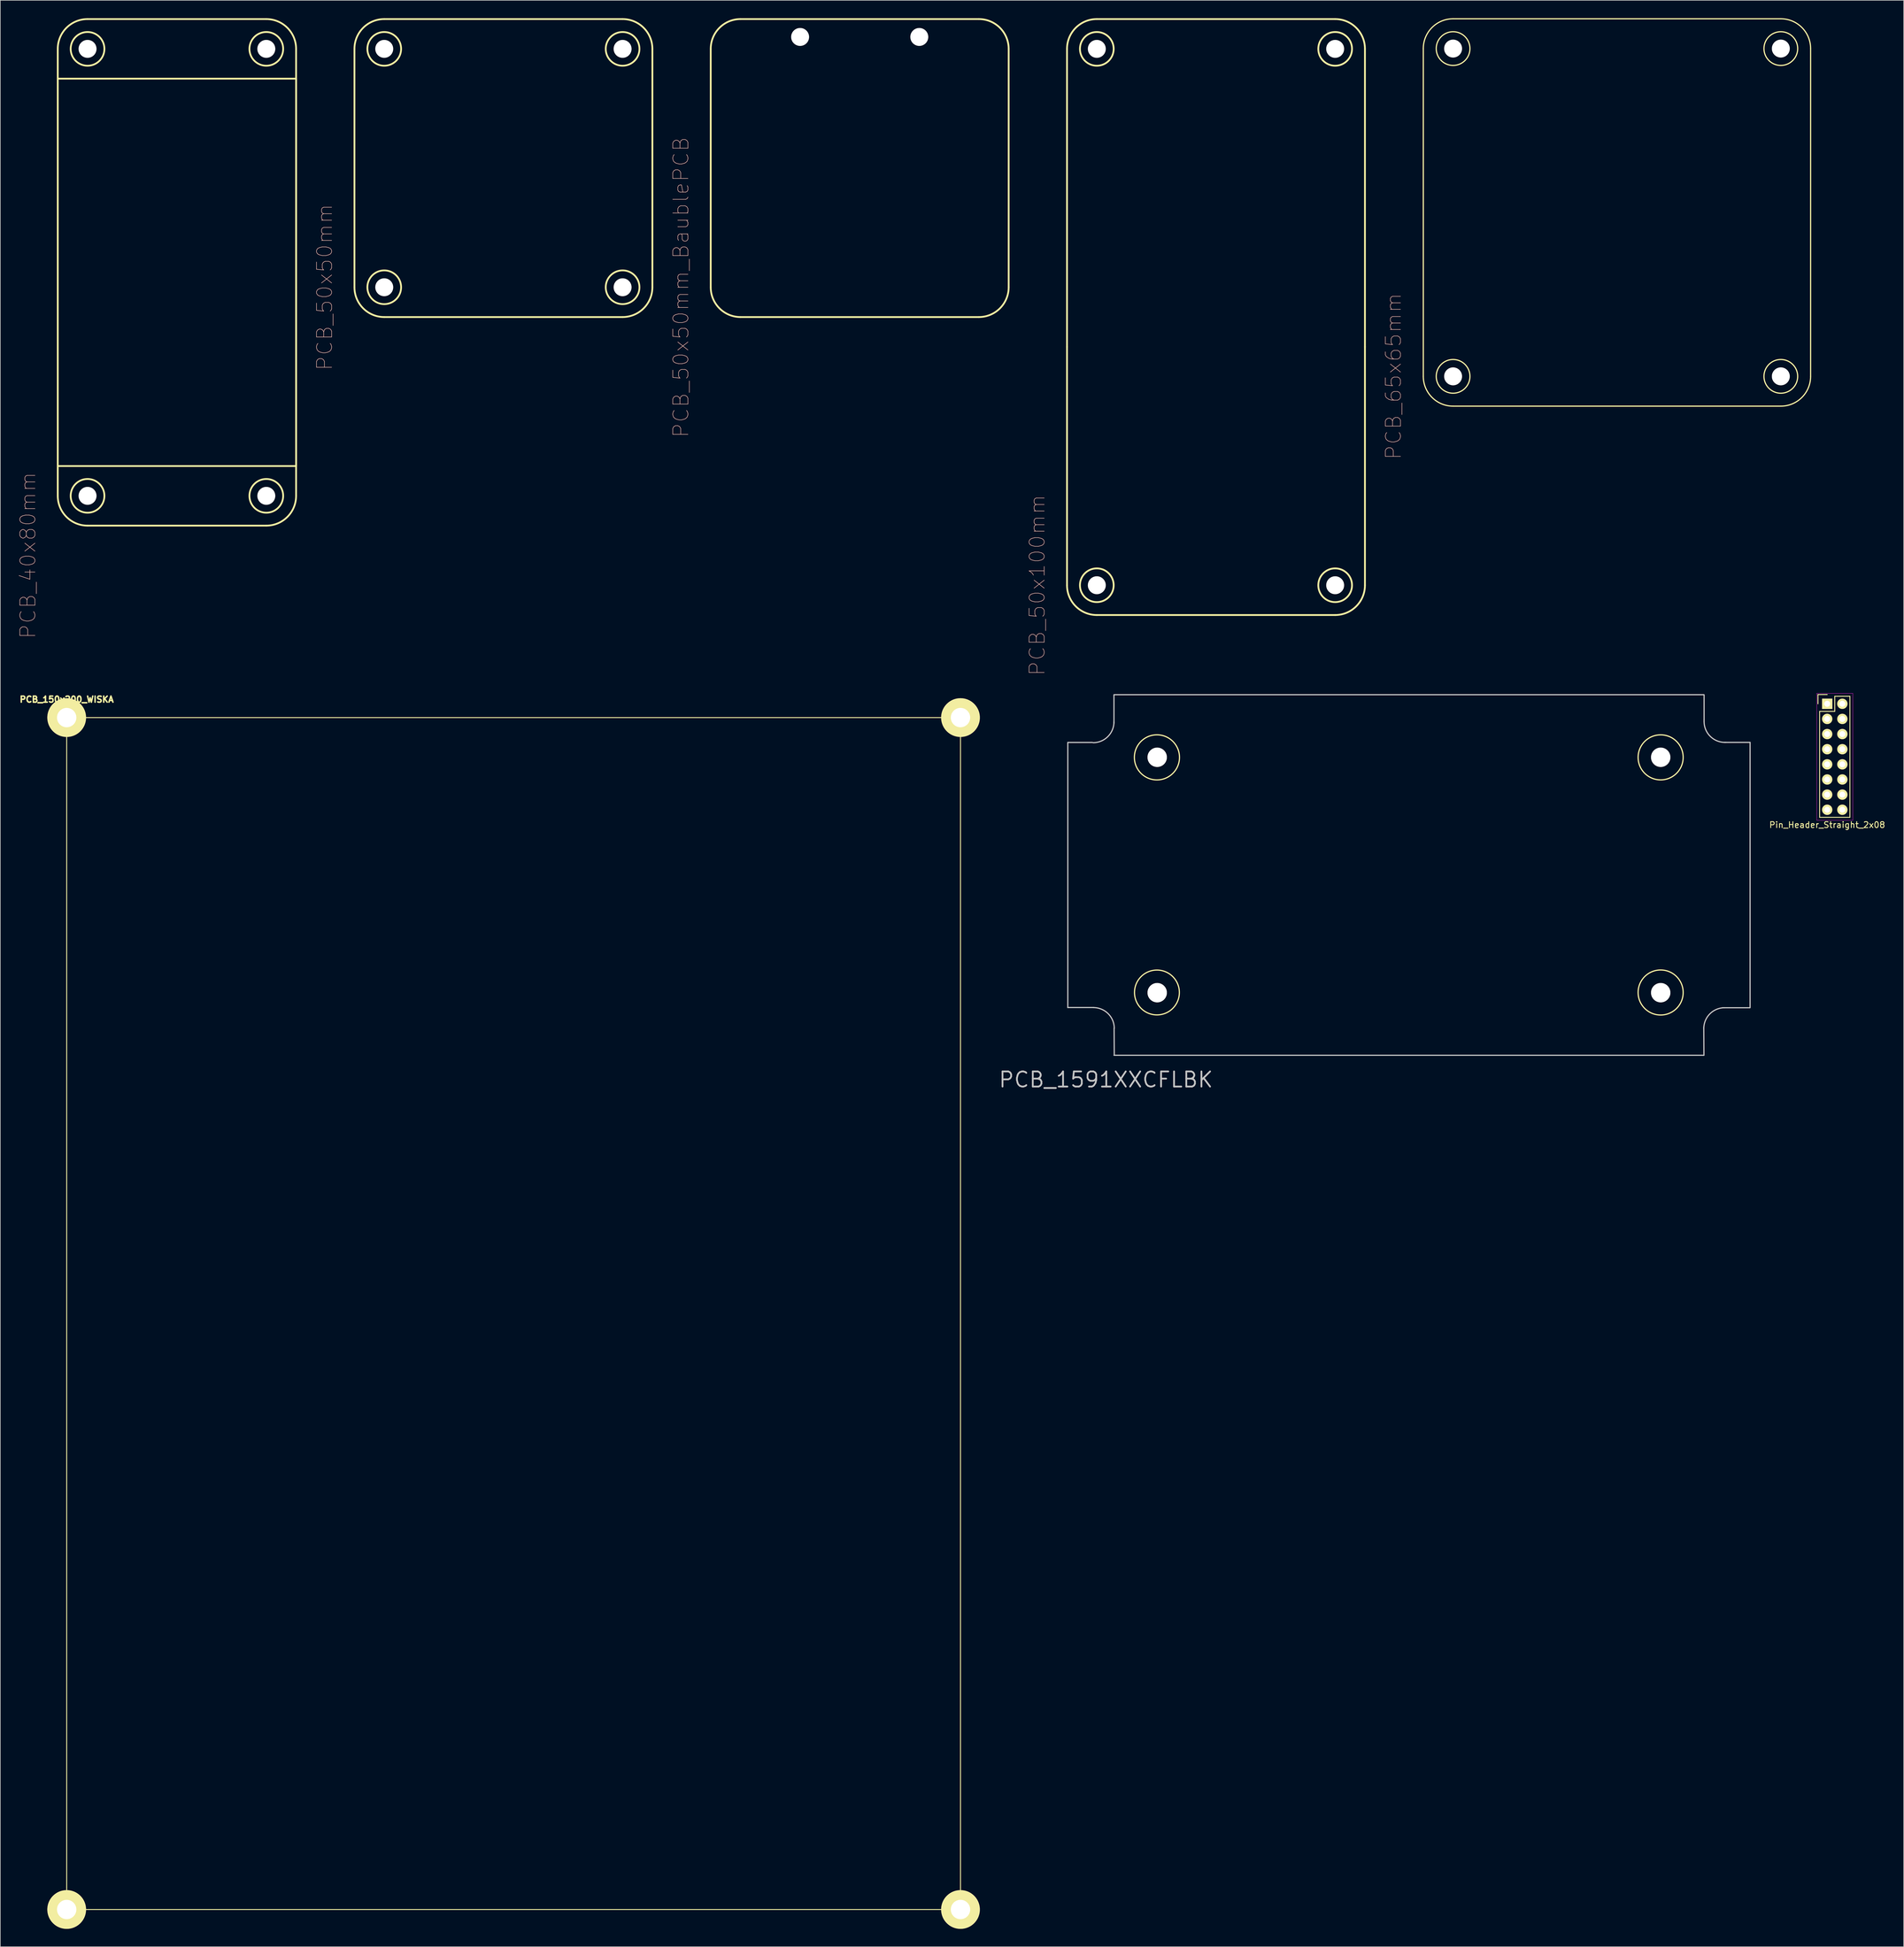
<source format=kicad_pcb>
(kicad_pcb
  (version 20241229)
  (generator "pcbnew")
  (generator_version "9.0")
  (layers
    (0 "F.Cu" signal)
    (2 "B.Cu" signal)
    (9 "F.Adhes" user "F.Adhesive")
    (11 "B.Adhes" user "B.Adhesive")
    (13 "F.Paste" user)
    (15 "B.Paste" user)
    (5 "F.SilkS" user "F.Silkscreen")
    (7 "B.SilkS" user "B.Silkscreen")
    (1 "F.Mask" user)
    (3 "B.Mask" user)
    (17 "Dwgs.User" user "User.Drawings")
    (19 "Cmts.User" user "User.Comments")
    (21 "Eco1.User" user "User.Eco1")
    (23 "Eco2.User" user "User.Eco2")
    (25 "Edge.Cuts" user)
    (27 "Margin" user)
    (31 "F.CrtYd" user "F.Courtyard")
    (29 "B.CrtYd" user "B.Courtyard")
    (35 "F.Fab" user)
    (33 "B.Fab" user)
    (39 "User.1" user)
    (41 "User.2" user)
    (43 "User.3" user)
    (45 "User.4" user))
  (footprint "PCB_65x65mm"
    (layer "F.Cu")
    (at 235.81 65.1)
    (property "Reference" "PCB_65x65mm" (at -5 -5 90) (layer "B.SilkS") (effects (font (size 2.54 2.54) (thickness 0.089))))
    (attr exclude_from_pos_files exclude_from_bom)
    (fp_line (start 0 -60) (end 0 -5) (stroke (width 0.2) (type solid)) (layer "F.SilkS"))
    (fp_line (start 5 0) (end 60 0) (stroke (width 0.2) (type solid)) (layer "F.SilkS"))
    (fp_line (start 60 -65) (end 5 -65) (stroke (width 0.2) (type solid)) (layer "F.SilkS"))
    (fp_line (start 65 -5) (end 65 -60) (stroke (width 0.2) (type solid)) (layer "F.SilkS"))
    (fp_arc (start 0 -60) (mid 1.464466 -63.535534) (end 5 -65) (stroke (width 0.2) (type solid)) (layer "F.SilkS"))
    (fp_arc (start 5 0) (mid 1.464466 -1.464466) (end 0 -5) (stroke (width 0.2) (type solid)) (layer "F.SilkS"))
    (fp_arc (start 60 -65) (mid 63.535534 -63.535534) (end 65 -60) (stroke (width 0.2) (type solid)) (layer "F.SilkS"))
    (fp_arc (start 65 -5) (mid 63.535534 -1.464466) (end 60 0) (stroke (width 0.2) (type solid)) (layer "F.SilkS"))
    (fp_circle (center 5 -60) (end 7 -58) (stroke (width 0.2) (type solid)) (fill no) (layer "F.SilkS"))
    (fp_circle (center 5 -5) (end 7 -3) (stroke (width 0.2) (type solid)) (fill no) (layer "F.SilkS"))
    (fp_circle (center 60 -60) (end 62 -58) (stroke (width 0.2) (type solid)) (fill no) (layer "F.SilkS"))
    (fp_circle (center 60 -5) (end 62 -3) (stroke (width 0.2) (type solid)) (fill no) (layer "F.SilkS"))
    (pad "" np_thru_hole circle (at 5 -60) (size 3 3) (drill 3) (layers "*.Cu" "*.Mask" "F.SilkS"))
    (pad "" np_thru_hole circle (at 5 -5) (size 3 3) (drill 3) (layers "*.Cu" "*.Mask" "F.SilkS"))
    (pad "" np_thru_hole circle (at 60 -60) (size 3 3) (drill 3) (layers "*.Cu" "*.Mask" "F.SilkS"))
    (pad "" np_thru_hole circle (at 60 -5) (size 3 3) (drill 3) (layers "*.Cu" "*.Mask" "F.SilkS")))
  (footprint "PCB_40x80mm"
    (layer "F.Cu")
    (at 6.642 45.15)
    (property "Reference" "PCB_40x80mm" (at -5 45 90) (layer "B.SilkS") (effects (font (size 2.54 2.54) (thickness 0.089))))
    (attr exclude_from_pos_files exclude_from_bom)
    (fp_line (start 0 -40) (end 0 35) (stroke (width 0.3) (type solid)) (layer "F.SilkS"))
    (fp_line (start 0 -35) (end 40 -35) (stroke (width 0.3) (type solid)) (layer "F.SilkS"))
    (fp_line (start 0 30) (end 40 30) (stroke (width 0.3) (type solid)) (layer "F.SilkS"))
    (fp_line (start 5 40) (end 35 40) (stroke (width 0.3) (type solid)) (layer "F.SilkS"))
    (fp_line (start 35 -45) (end 5 -45) (stroke (width 0.3) (type solid)) (layer "F.SilkS"))
    (fp_line (start 40 0) (end 40 -35) (stroke (width 0.3) (type solid)) (layer "F.SilkS"))
    (fp_line (start 40 30) (end 40 0) (stroke (width 0.3) (type solid)) (layer "F.SilkS"))
    (fp_line (start 40 35) (end 40 -40) (stroke (width 0.3) (type solid)) (layer "F.SilkS"))
    (fp_arc (start 0 -40) (mid 1.464466 -43.535534) (end 5 -45) (stroke (width 0.3) (type solid)) (layer "F.SilkS"))
    (fp_arc (start 5 40) (mid 1.464466 38.535534) (end 0 35) (stroke (width 0.3) (type solid)) (layer "F.SilkS"))
    (fp_arc (start 35 -45) (mid 38.535534 -43.535534) (end 40 -40) (stroke (width 0.3) (type solid)) (layer "F.SilkS"))
    (fp_arc (start 40 35) (mid 38.535534 38.535534) (end 35 40) (stroke (width 0.3) (type solid)) (layer "F.SilkS"))
    (fp_circle (center 5 -40) (end 7 -38) (stroke (width 0.3) (type solid)) (fill no) (layer "F.SilkS"))
    (fp_circle (center 5 35) (end 7 37) (stroke (width 0.3) (type solid)) (fill no) (layer "F.SilkS"))
    (fp_circle (center 35 -40) (end 37 -38) (stroke (width 0.3) (type solid)) (fill no) (layer "F.SilkS"))
    (fp_circle (center 35 35) (end 37 37) (stroke (width 0.3) (type solid)) (fill no) (layer "F.SilkS"))
    (pad "" np_thru_hole circle (at 5 -40) (size 3 3) (drill 3) (layers "*.Cu" "*.Mask" "F.SilkS"))
    (pad "" np_thru_hole circle (at 5 35) (size 3 3) (drill 3) (layers "*.Cu" "*.Mask" "F.SilkS"))
    (pad "" np_thru_hole circle (at 35 -40) (size 3 3) (drill 3) (layers "*.Cu" "*.Mask" "F.SilkS"))
    (pad "" np_thru_hole circle (at 35 35) (size 3 3) (drill 3) (layers "*.Cu" "*.Mask" "F.SilkS")))
  (footprint "PCB_50x50mm_BaublePCB"
    (layer "F.Cu")
    (at 116.226 50.15)
    (property "Reference" "PCB_50x50mm_BaublePCB" (at -5 -5 90) (layer "B.SilkS") (effects (font (size 2.54 2.54) (thickness 0.089))))
    (attr exclude_from_pos_files exclude_from_bom)
    (fp_line (start 0 -45) (end 0 -5) (stroke (width 0.3) (type solid)) (layer "F.SilkS"))
    (fp_line (start 5 0) (end 45 0) (stroke (width 0.3) (type solid)) (layer "F.SilkS"))
    (fp_line (start 45 -50) (end 5 -50) (stroke (width 0.3) (type solid)) (layer "F.SilkS"))
    (fp_line (start 50 -5) (end 50 -45) (stroke (width 0.3) (type solid)) (layer "F.SilkS"))
    (fp_arc (start 0 -45) (mid 1.464466 -48.535534) (end 5 -50) (stroke (width 0.3) (type solid)) (layer "F.SilkS"))
    (fp_arc (start 5 0) (mid 1.464466 -1.464466) (end 0 -5) (stroke (width 0.3) (type solid)) (layer "F.SilkS"))
    (fp_arc (start 45 -50) (mid 48.535534 -48.535534) (end 50 -45) (stroke (width 0.3) (type solid)) (layer "F.SilkS"))
    (fp_arc (start 50 -5) (mid 48.535534 -1.464466) (end 45 0) (stroke (width 0.3) (type solid)) (layer "F.SilkS"))
    (pad "" np_thru_hole circle (at 15 -47) (size 3 3) (drill 3) (layers "*.Cu" "*.Mask" "F.SilkS"))
    (pad "" np_thru_hole circle (at 35 -47) (size 3 3) (drill 3) (layers "*.Cu" "*.Mask" "F.SilkS")))
  (footprint "Pin_Header_Straight_2x08"
    (layer "F.Cu")
    (at 303.593 115.044)
    (property "Reference" "Pin_Header_Straight_2x08" (at 0 20.32 0) (layer "F.SilkS") (effects (font (size 1 1) (thickness 0.15))))
    (attr through_hole)
    (fp_line (start -1.55 -1.55) (end -1.55 0) (stroke (width 0.15) (type solid)) (layer "F.SilkS"))
    (fp_line (start -1.27 1.27) (end -1.27 19.05) (stroke (width 0.15) (type solid)) (layer "F.SilkS"))
    (fp_line (start 0 -1.55) (end -1.55 -1.55) (stroke (width 0.15) (type solid)) (layer "F.SilkS"))
    (fp_line (start 1.27 -1.27) (end 1.27 1.27) (stroke (width 0.15) (type solid)) (layer "F.SilkS"))
    (fp_line (start 1.27 1.27) (end -1.27 1.27) (stroke (width 0.15) (type solid)) (layer "F.SilkS"))
    (fp_line (start 3.81 -1.27) (end 1.27 -1.27) (stroke (width 0.15) (type solid)) (layer "F.SilkS"))
    (fp_line (start 3.81 19.05) (end -1.27 19.05) (stroke (width 0.15) (type solid)) (layer "F.SilkS"))
    (fp_line (start 3.81 19.05) (end 3.81 -1.27) (stroke (width 0.15) (type solid)) (layer "F.SilkS"))
    (fp_line (start -1.75 -1.75) (end -1.75 19.55) (stroke (width 0.05) (type solid)) (layer "F.CrtYd"))
    (fp_line (start -1.75 -1.75) (end 4.3 -1.75) (stroke (width 0.05) (type solid)) (layer "F.CrtYd"))
    (fp_line (start -1.75 19.55) (end 4.3 19.55) (stroke (width 0.05) (type solid)) (layer "F.CrtYd"))
    (fp_line (start 4.3 -1.75) (end 4.3 19.55) (stroke (width 0.05) (type solid)) (layer "F.CrtYd"))
    (pad "1" thru_hole rect (at 0 0) (size 1.727 1.727) (drill 1.016) (layers "*.Cu" "*.Mask" "F.SilkS"))
    (pad "2" thru_hole oval (at 2.54 0) (size 1.727 1.727) (drill 1.016) (layers "*.Cu" "*.Mask" "F.SilkS"))
    (pad "3" thru_hole oval (at 0 2.54) (size 1.727 1.727) (drill 1.016) (layers "*.Cu" "*.Mask" "F.SilkS"))
    (pad "4" thru_hole oval (at 2.54 2.54) (size 1.727 1.727) (drill 1.016) (layers "*.Cu" "*.Mask" "F.SilkS"))
    (pad "5" thru_hole oval (at 0 5.08) (size 1.727 1.727) (drill 1.016) (layers "*.Cu" "*.Mask" "F.SilkS"))
    (pad "6" thru_hole oval (at 2.54 5.08) (size 1.727 1.727) (drill 1.016) (layers "*.Cu" "*.Mask" "F.SilkS"))
    (pad "7" thru_hole oval (at 0 7.62) (size 1.727 1.727) (drill 1.016) (layers "*.Cu" "*.Mask" "F.SilkS"))
    (pad "8" thru_hole oval (at 2.54 7.62) (size 1.727 1.727) (drill 1.016) (layers "*.Cu" "*.Mask" "F.SilkS"))
    (pad "9" thru_hole oval (at 0 10.16) (size 1.727 1.727) (drill 1.016) (layers "*.Cu" "*.Mask" "F.SilkS"))
    (pad "10" thru_hole oval (at 2.54 10.16) (size 1.727 1.727) (drill 1.016) (layers "*.Cu" "*.Mask" "F.SilkS"))
    (pad "11" thru_hole oval (at 0 12.7) (size 1.727 1.727) (drill 1.016) (layers "*.Cu" "*.Mask" "F.SilkS"))
    (pad "12" thru_hole oval (at 2.54 12.7) (size 1.727 1.727) (drill 1.016) (layers "*.Cu" "*.Mask" "F.SilkS"))
    (pad "13" thru_hole oval (at 0 15.24) (size 1.727 1.727) (drill 1.016) (layers "*.Cu" "*.Mask" "F.SilkS"))
    (pad "14" thru_hole oval (at 2.54 15.24) (size 1.727 1.727) (drill 1.016) (layers "*.Cu" "*.Mask" "F.SilkS"))
    (pad "15" thru_hole oval (at 0 17.78) (size 1.727 1.727) (drill 1.016) (layers "*.Cu" "*.Mask" "F.SilkS"))
    (pad "16" thru_hole oval (at 2.54 17.78) (size 1.727 1.727) (drill 1.016) (layers "*.Cu" "*.Mask" "F.SilkS")))
  (footprint "PCB_150x200_WISKA"
    (layer "F.Cu")
    (at 8.141 117.357)
    (property "Reference" "PCB_150x200_WISKA" (at 0 -3.048 0) (layer "F.SilkS") (effects (font (size 1.016 1.016) (thickness 0.254))))
    (attr through_hole)
    (fp_line (start 0 0) (end 150 0) (stroke (width 0.15) (type solid)) (layer "F.SilkS"))
    (fp_line (start 0 200) (end 0 0) (stroke (width 0.15) (type solid)) (layer "F.SilkS"))
    (fp_line (start 150 0) (end 150 200) (stroke (width 0.15) (type solid)) (layer "F.SilkS"))
    (fp_line (start 150 200) (end 0 200) (stroke (width 0.15) (type solid)) (layer "F.SilkS"))
    (pad "" np_thru_hole circle (at 0 0) (size 6.5 6.5) (drill 3.25) (layers "*.Cu" "*.Mask" "F.SilkS"))
    (pad "" np_thru_hole circle (at 0 200) (size 6.5 6.5) (drill 3.25) (layers "*.Cu" "*.Mask" "F.SilkS"))
    (pad "" np_thru_hole circle (at 150 0) (size 6.5 6.5) (drill 3.25) (layers "*.Cu" "*.Mask" "F.SilkS"))
    (pad "" np_thru_hole circle (at 150 200) (size 6.5 6.5) (drill 3.25) (layers "*.Cu" "*.Mask" "F.SilkS")))
  (footprint "PCB_50x50mm"
    (layer "F.Cu")
    (at 56.434 50.15)
    (property "Reference" "PCB_50x50mm" (at -5 -5 90) (layer "B.SilkS") (effects (font (size 2.54 2.54) (thickness 0.089))))
    (attr exclude_from_pos_files exclude_from_bom)
    (fp_line (start 0 -45) (end 0 -5) (stroke (width 0.3) (type solid)) (layer "F.SilkS"))
    (fp_line (start 5 0) (end 45 0) (stroke (width 0.3) (type solid)) (layer "F.SilkS"))
    (fp_line (start 45 -50) (end 5 -50) (stroke (width 0.3) (type solid)) (layer "F.SilkS"))
    (fp_line (start 50 -5) (end 50 -45) (stroke (width 0.3) (type solid)) (layer "F.SilkS"))
    (fp_arc (start 0 -45) (mid 1.464466 -48.535534) (end 5 -50) (stroke (width 0.3) (type solid)) (layer "F.SilkS"))
    (fp_arc (start 5 0) (mid 1.464466 -1.464466) (end 0 -5) (stroke (width 0.3) (type solid)) (layer "F.SilkS"))
    (fp_arc (start 45 -50) (mid 48.535534 -48.535534) (end 50 -45) (stroke (width 0.3) (type solid)) (layer "F.SilkS"))
    (fp_arc (start 50 -5) (mid 48.535534 -1.464466) (end 45 0) (stroke (width 0.3) (type solid)) (layer "F.SilkS"))
    (fp_circle (center 5 -45) (end 7 -43) (stroke (width 0.3) (type solid)) (fill no) (layer "F.SilkS"))
    (fp_circle (center 5 -5) (end 7 -3) (stroke (width 0.3) (type solid)) (fill no) (layer "F.SilkS"))
    (fp_circle (center 45 -45) (end 47 -43) (stroke (width 0.3) (type solid)) (fill no) (layer "F.SilkS"))
    (fp_circle (center 45 -5) (end 47 -3) (stroke (width 0.3) (type solid)) (fill no) (layer "F.SilkS"))
    (pad "" np_thru_hole circle (at 5 -45) (size 3 3) (drill 3) (layers "*.Cu" "*.Mask" "F.SilkS"))
    (pad "" np_thru_hole circle (at 5 -5) (size 3 3) (drill 3) (layers "*.Cu" "*.Mask" "F.SilkS"))
    (pad "" np_thru_hole circle (at 45 -45) (size 3 3) (drill 3) (layers "*.Cu" "*.Mask" "F.SilkS"))
    (pad "" np_thru_hole circle (at 45 -5) (size 3 3) (drill 3) (layers "*.Cu" "*.Mask" "F.SilkS")))
  (footprint "PCB_1591XXCFLBK"
    (layer "F.Cu")
    (at 176.151 113.519)
    (property "Reference" "PCB_1591XXCFLBK" (at 6.398 64.591 180) (layer "Dwgs.User") (effects (font (size 2.54 2.54) (thickness 0.3))))
    (attr exclude_from_pos_files exclude_from_bom)
    (fp_circle (center 14.957 10.513) (end 18.657 11.313) (stroke (width 0.2) (type solid)) (fill no) (layer "F.SilkS"))
    (fp_circle (center 14.957 49.965) (end 17.857 52.365) (stroke (width 0.2) (type solid)) (fill no) (layer "F.SilkS"))
    (fp_circle (center 99.49 10.513) (end 101.79 13.513) (stroke (width 0.2) (type solid)) (fill no) (layer "F.SilkS"))
    (fp_circle (center 99.49 49.967) (end 101.79 52.967) (stroke (width 0.2) (type solid)) (fill no) (layer "F.SilkS"))
    (fp_line (start -0.011 52.486) (end 4.357 52.486) (stroke (width 0.2) (type solid)) (layer "Dwgs.User"))
    (fp_line (start 0 8) (end 0 52.5) (stroke (width 0.2) (type solid)) (layer "Dwgs.User"))
    (fp_line (start 4.129 8.011) (end 0.065 8.011) (stroke (width 0.2) (type solid)) (layer "Dwgs.User"))
    (fp_line (start 7.746 0.05) (end 7.746 4.8) (stroke (width 0.2) (type solid)) (layer "Dwgs.User"))
    (fp_line (start 7.75 0) (end 106.75 0) (stroke (width 0.2) (type solid)) (layer "Dwgs.User"))
    (fp_line (start 7.75 60.5) (end 106.75 60.5) (stroke (width 0.2) (type solid)) (layer "Dwgs.User"))
    (fp_line (start 7.797 60.476) (end 7.771 55.93) (stroke (width 0.2) (type solid)) (layer "Dwgs.User"))
    (fp_line (start 106.755 60.502) (end 106.73 55.803) (stroke (width 0.2) (type solid)) (layer "Dwgs.User"))
    (fp_line (start 106.781 0.024) (end 106.781 4.215) (stroke (width 0.2) (type solid)) (layer "Dwgs.User"))
    (fp_line (start 106.781 4.215) (end 106.781 4.495) (stroke (width 0.2) (type solid)) (layer "Dwgs.User"))
    (fp_line (start 110.184 8) (end 114.502 8) (stroke (width 0.2) (type solid)) (layer "Dwgs.User"))
    (fp_line (start 110.235 8) (end 110.489 8) (stroke (width 0.2) (type solid)) (layer "Dwgs.User"))
    (fp_line (start 114.477 52.526) (end 109.854 52.526) (stroke (width 0.2) (type solid)) (layer "Dwgs.User"))
    (fp_line (start 114.5 8) (end 114.5 52.5) (stroke (width 0.2) (type solid)) (layer "Dwgs.User"))
    (fp_arc (start 4.2968 52.4972) (mid 6.771674 53.522326) (end 7.7968 55.9972) (stroke (width 0.2) (type solid)) (layer "Dwgs.User"))
    (fp_arc (start 7.746 4.5508) (mid 6.720874 7.025674) (end 4.246 8.0508) (stroke (width 0.2) (type solid)) (layer "Dwgs.User"))
    (fp_arc (start 106.731 56.0226) (mid 107.756126 53.547726) (end 110.231 52.5226) (stroke (width 0.2) (type solid)) (layer "Dwgs.User"))
    (fp_arc (start 110.2818 8) (mid 107.806926 6.974874) (end 106.7818 4.5) (stroke (width 0.2) (type solid)) (layer "Dwgs.User"))
    (pad "" np_thru_hole circle (at 15 10.5) (size 3.25 3.25) (drill 3.25) (layers "*.Cu" "*.Mask" "F.SilkS"))
    (pad "" np_thru_hole circle (at 15 50) (size 3.25 3.25) (drill 3.25) (layers "*.Cu" "*.Mask" "F.SilkS"))
    (pad "" np_thru_hole circle (at 99.5 10.5) (size 3.25 3.25) (drill 3.25) (layers "*.Cu" "*.Mask" "F.SilkS"))
    (pad "" np_thru_hole circle (at 99.5 50) (size 3.25 3.25) (drill 3.25) (layers "*.Cu" "*.Mask" "F.SilkS")))
  (footprint "PCB_50x100mm"
    (layer "F.Cu")
    (at 176.018 100.15)
    (property "Reference" "PCB_50x100mm" (at -5 -5 90) (layer "B.SilkS") (effects (font (size 2.54 2.54) (thickness 0.089))))
    (attr exclude_from_pos_files exclude_from_bom)
    (fp_line (start 0 -95) (end 0 -45) (stroke (width 0.3) (type solid)) (layer "F.SilkS"))
    (fp_line (start 0 -45) (end 0 -5) (stroke (width 0.3) (type solid)) (layer "F.SilkS"))
    (fp_line (start 5 0) (end 45 0) (stroke (width 0.3) (type solid)) (layer "F.SilkS"))
    (fp_line (start 45 -100) (end 5 -100) (stroke (width 0.3) (type solid)) (layer "F.SilkS"))
    (fp_line (start 50 -95) (end 50 -45) (stroke (width 0.3) (type solid)) (layer "F.SilkS"))
    (fp_line (start 50 -5) (end 50 -45) (stroke (width 0.3) (type solid)) (layer "F.SilkS"))
    (fp_arc (start 0 -95) (mid 1.464466 -98.535534) (end 5 -100) (stroke (width 0.3) (type solid)) (layer "F.SilkS"))
    (fp_arc (start 5 0) (mid 1.464466 -1.464466) (end 0 -5) (stroke (width 0.3) (type solid)) (layer "F.SilkS"))
    (fp_arc (start 45 -100) (mid 48.535534 -98.535534) (end 50 -95) (stroke (width 0.3) (type solid)) (layer "F.SilkS"))
    (fp_arc (start 50 -5) (mid 48.535534 -1.464466) (end 45 0) (stroke (width 0.3) (type solid)) (layer "F.SilkS"))
    (fp_circle (center 5 -95) (end 7 -93) (stroke (width 0.3) (type solid)) (fill no) (layer "F.SilkS"))
    (fp_circle (center 5 -5) (end 7 -3) (stroke (width 0.3) (type solid)) (fill no) (layer "F.SilkS"))
    (fp_circle (center 45 -95) (end 47 -93) (stroke (width 0.3) (type solid)) (fill no) (layer "F.SilkS"))
    (fp_circle (center 45 -5) (end 47 -3) (stroke (width 0.3) (type solid)) (fill no) (layer "F.SilkS"))
    (pad "" np_thru_hole circle (at 5 -95) (size 3 3) (drill 3) (layers "*.Cu" "*.Mask" "F.SilkS"))
    (pad "" np_thru_hole circle (at 5 -5) (size 3 3) (drill 3) (layers "*.Cu" "*.Mask" "F.SilkS"))
    (pad "" np_thru_hole circle (at 45 -95) (size 3 3) (drill 3) (layers "*.Cu" "*.Mask" "F.SilkS"))
    (pad "" np_thru_hole circle (at 45 -5) (size 3 3) (drill 3) (layers "*.Cu" "*.Mask" "F.SilkS")))
  (gr_rect
    (start -3 -3)
    (end 316.432 323.607)
    (stroke (width 0.1) (type default))
    (fill no)
    (layer "Edge.Cuts")))
</source>
